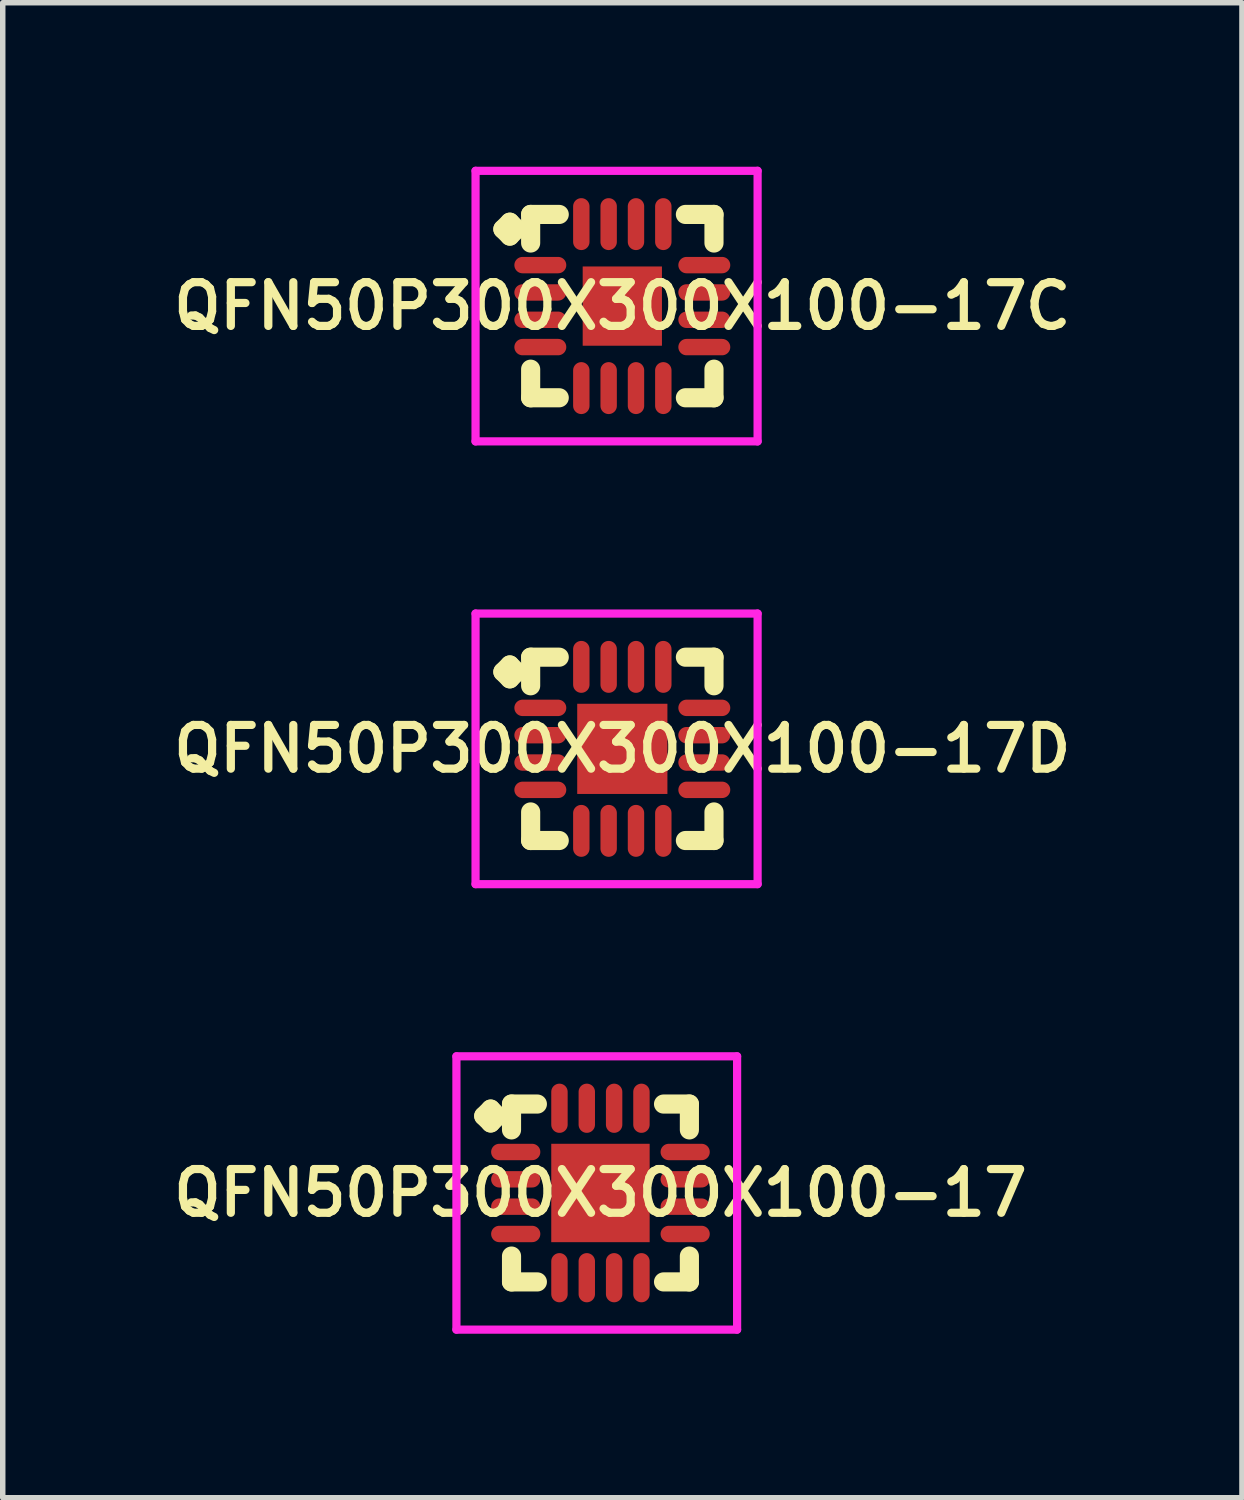
<source format=kicad_pcb>
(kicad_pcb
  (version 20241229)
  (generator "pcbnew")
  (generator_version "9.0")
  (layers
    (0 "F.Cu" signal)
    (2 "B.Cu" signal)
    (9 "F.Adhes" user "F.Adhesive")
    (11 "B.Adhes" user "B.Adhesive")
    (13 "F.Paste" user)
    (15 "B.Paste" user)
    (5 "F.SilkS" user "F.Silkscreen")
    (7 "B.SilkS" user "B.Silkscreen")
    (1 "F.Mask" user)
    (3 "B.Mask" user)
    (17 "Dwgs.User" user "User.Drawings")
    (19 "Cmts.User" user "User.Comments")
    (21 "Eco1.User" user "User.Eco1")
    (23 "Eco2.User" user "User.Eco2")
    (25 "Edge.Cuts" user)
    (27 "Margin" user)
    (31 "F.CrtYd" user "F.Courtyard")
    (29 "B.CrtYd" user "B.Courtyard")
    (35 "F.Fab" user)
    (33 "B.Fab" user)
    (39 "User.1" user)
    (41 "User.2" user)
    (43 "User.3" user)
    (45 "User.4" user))
  (footprint "QFN50P300X300X100-17"
    (layer "F.Cu")
    (at 7.935 18.775)
    (property "Reference" "QFN50P300X300X100-17" (at 0 0 0) (layer "F.SilkS") (effects (font (size 0.8 0.8) (thickness 0.15))))
    (attr smd)
    (fp_line (start -2.135 -1.408) (end -2.008 -1.535) (stroke (width 0.35) (type solid)) (layer "F.SilkS"))
    (fp_line (start -2.008 -1.535) (end -1.881 -1.408) (stroke (width 0.35) (type solid)) (layer "F.SilkS"))
    (fp_line (start -2.008 -1.281) (end -2.135 -1.408) (stroke (width 0.35) (type solid)) (layer "F.SilkS"))
    (fp_line (start -1.881 -1.408) (end -2.008 -1.281) (stroke (width 0.35) (type solid)) (layer "F.SilkS"))
    (fp_line (start -1.627 -1.627) (end -1.154 -1.627) (stroke (width 0.35) (type solid)) (layer "F.SilkS"))
    (fp_line (start -1.627 -1.154) (end -1.627 -1.627) (stroke (width 0.35) (type solid)) (layer "F.SilkS"))
    (fp_line (start -1.627 1.154) (end -1.627 1.627) (stroke (width 0.35) (type solid)) (layer "F.SilkS"))
    (fp_line (start -1.627 1.627) (end -1.154 1.627) (stroke (width 0.35) (type solid)) (layer "F.SilkS"))
    (fp_line (start 1.154 -1.627) (end 1.627 -1.627) (stroke (width 0.35) (type solid)) (layer "F.SilkS"))
    (fp_line (start 1.154 1.627) (end 1.627 1.627) (stroke (width 0.35) (type solid)) (layer "F.SilkS"))
    (fp_line (start 1.627 -1.627) (end 1.627 -1.154) (stroke (width 0.35) (type solid)) (layer "F.SilkS"))
    (fp_line (start 1.627 1.627) (end 1.627 1.154) (stroke (width 0.35) (type solid)) (layer "F.SilkS"))
    (fp_line (start -2.635 -2.5) (end 2.5 -2.5) (stroke (width 0.15) (type solid)) (layer "F.CrtYd"))
    (fp_line (start -2.635 2.5) (end -2.635 -2.5) (stroke (width 0.15) (type solid)) (layer "F.CrtYd"))
    (fp_line (start 2.5 -2.5) (end 2.5 2.5) (stroke (width 0.15) (type solid)) (layer "F.CrtYd"))
    (fp_line (start 2.5 2.5) (end -2.635 2.5) (stroke (width 0.15) (type solid)) (layer "F.CrtYd"))
    (pad "1" smd oval (at -1.55 -0.75) (size 0.9 0.3) (layers "F.Cu" "F.Mask" "F.Paste"))
    (pad "2" smd oval (at -1.55 -0.25) (size 0.9 0.3) (layers "F.Cu" "F.Mask" "F.Paste"))
    (pad "3" smd oval (at -1.55 0.25) (size 0.9 0.3) (layers "F.Cu" "F.Mask" "F.Paste"))
    (pad "4" smd oval (at -1.55 0.75) (size 0.9 0.3) (layers "F.Cu" "F.Mask" "F.Paste"))
    (pad "5" smd oval (at -0.75 1.55) (size 0.3 0.9) (layers "F.Cu" "F.Mask" "F.Paste"))
    (pad "6" smd oval (at -0.25 1.55) (size 0.3 0.9) (layers "F.Cu" "F.Mask" "F.Paste"))
    (pad "7" smd oval (at 0.25 1.55) (size 0.3 0.9) (layers "F.Cu" "F.Mask" "F.Paste"))
    (pad "8" smd oval (at 0.75 1.55) (size 0.3 0.9) (layers "F.Cu" "F.Mask" "F.Paste"))
    (pad "9" smd oval (at 1.55 0.75) (size 0.9 0.3) (layers "F.Cu" "F.Mask" "F.Paste"))
    (pad "10" smd oval (at 1.55 0.25) (size 0.9 0.3) (layers "F.Cu" "F.Mask" "F.Paste"))
    (pad "11" smd oval (at 1.55 -0.25) (size 0.9 0.3) (layers "F.Cu" "F.Mask" "F.Paste"))
    (pad "12" smd oval (at 1.55 -0.75) (size 0.9 0.3) (layers "F.Cu" "F.Mask" "F.Paste"))
    (pad "13" smd oval (at 0.75 -1.55) (size 0.3 0.9) (layers "F.Cu" "F.Mask" "F.Paste"))
    (pad "14" smd oval (at 0.25 -1.55) (size 0.3 0.9) (layers "F.Cu" "F.Mask" "F.Paste"))
    (pad "15" smd oval (at -0.25 -1.55) (size 0.3 0.9) (layers "F.Cu" "F.Mask" "F.Paste"))
    (pad "16" smd oval (at -0.75 -1.55) (size 0.3 0.9) (layers "F.Cu" "F.Mask" "F.Paste"))
    (pad "17" smd rect (at 0 0) (size 1.8 1.8) (layers "F.Cu" "F.Mask" "F.Paste")))
  (footprint "QFN50P300X300X100-17C"
    (layer "F.Cu")
    (at 8.335 2.55)
    (property "Reference" "QFN50P300X300X100-17C" (at 0 0 0) (layer "F.SilkS") (effects (font (size 0.8 0.8) (thickness 0.15))))
    (attr smd)
    (fp_line (start -2.185 -1.408) (end -2.058 -1.535) (stroke (width 0.35) (type solid)) (layer "F.SilkS"))
    (fp_line (start -2.058 -1.535) (end -1.931 -1.408) (stroke (width 0.35) (type solid)) (layer "F.SilkS"))
    (fp_line (start -2.058 -1.281) (end -2.185 -1.408) (stroke (width 0.35) (type solid)) (layer "F.SilkS"))
    (fp_line (start -1.931 -1.408) (end -2.058 -1.281) (stroke (width 0.35) (type solid)) (layer "F.SilkS"))
    (fp_line (start -1.677 -1.677) (end -1.154 -1.677) (stroke (width 0.35) (type solid)) (layer "F.SilkS"))
    (fp_line (start -1.677 -1.154) (end -1.677 -1.677) (stroke (width 0.35) (type solid)) (layer "F.SilkS"))
    (fp_line (start -1.677 1.154) (end -1.677 1.677) (stroke (width 0.35) (type solid)) (layer "F.SilkS"))
    (fp_line (start -1.677 1.677) (end -1.154 1.677) (stroke (width 0.35) (type solid)) (layer "F.SilkS"))
    (fp_line (start 1.154 -1.677) (end 1.677 -1.677) (stroke (width 0.35) (type solid)) (layer "F.SilkS"))
    (fp_line (start 1.154 1.677) (end 1.677 1.677) (stroke (width 0.35) (type solid)) (layer "F.SilkS"))
    (fp_line (start 1.677 -1.677) (end 1.677 -1.154) (stroke (width 0.35) (type solid)) (layer "F.SilkS"))
    (fp_line (start 1.677 1.677) (end 1.677 1.154) (stroke (width 0.35) (type solid)) (layer "F.SilkS"))
    (fp_line (start -2.685 -2.475) (end 2.475 -2.475) (stroke (width 0.15) (type solid)) (layer "F.CrtYd"))
    (fp_line (start -2.685 2.475) (end -2.685 -2.475) (stroke (width 0.15) (type solid)) (layer "F.CrtYd"))
    (fp_line (start 2.475 -2.475) (end 2.475 2.475) (stroke (width 0.15) (type solid)) (layer "F.CrtYd"))
    (fp_line (start 2.475 2.475) (end -2.685 2.475) (stroke (width 0.15) (type solid)) (layer "F.CrtYd"))
    (pad "1" smd oval (at -1.5 -0.75) (size 0.95 0.3) (layers "F.Cu" "F.Mask" "F.Paste"))
    (pad "2" smd oval (at -1.5 -0.25) (size 0.95 0.3) (layers "F.Cu" "F.Mask" "F.Paste"))
    (pad "3" smd oval (at -1.5 0.25) (size 0.95 0.3) (layers "F.Cu" "F.Mask" "F.Paste"))
    (pad "4" smd oval (at -1.5 0.75) (size 0.95 0.3) (layers "F.Cu" "F.Mask" "F.Paste"))
    (pad "5" smd oval (at -0.75 1.5) (size 0.3 0.95) (layers "F.Cu" "F.Mask" "F.Paste"))
    (pad "6" smd oval (at -0.25 1.5) (size 0.3 0.95) (layers "F.Cu" "F.Mask" "F.Paste"))
    (pad "7" smd oval (at 0.25 1.5) (size 0.3 0.95) (layers "F.Cu" "F.Mask" "F.Paste"))
    (pad "8" smd oval (at 0.75 1.5) (size 0.3 0.95) (layers "F.Cu" "F.Mask" "F.Paste"))
    (pad "9" smd oval (at 1.5 0.75) (size 0.95 0.3) (layers "F.Cu" "F.Mask" "F.Paste"))
    (pad "10" smd oval (at 1.5 0.25) (size 0.95 0.3) (layers "F.Cu" "F.Mask" "F.Paste"))
    (pad "11" smd oval (at 1.5 -0.25) (size 0.95 0.3) (layers "F.Cu" "F.Mask" "F.Paste"))
    (pad "12" smd oval (at 1.5 -0.75) (size 0.95 0.3) (layers "F.Cu" "F.Mask" "F.Paste"))
    (pad "13" smd oval (at 0.75 -1.5) (size 0.3 0.95) (layers "F.Cu" "F.Mask" "F.Paste"))
    (pad "14" smd oval (at 0.25 -1.5) (size 0.3 0.95) (layers "F.Cu" "F.Mask" "F.Paste"))
    (pad "15" smd oval (at -0.25 -1.5) (size 0.3 0.95) (layers "F.Cu" "F.Mask" "F.Paste"))
    (pad "16" smd oval (at -0.75 -1.5) (size 0.3 0.95) (layers "F.Cu" "F.Mask" "F.Paste"))
    (pad "17" smd rect (at 0 0) (size 1.45 1.45) (layers "F.Cu" "F.Mask" "F.Paste")))
  (footprint "QFN50P300X300X100-17D"
    (layer "F.Cu")
    (at 8.335 10.65)
    (property "Reference" "QFN50P300X300X100-17D" (at 0 0 0) (layer "F.SilkS") (effects (font (size 0.8 0.8) (thickness 0.15))))
    (attr smd)
    (fp_line (start -2.185 -1.408) (end -2.058 -1.535) (stroke (width 0.35) (type solid)) (layer "F.SilkS"))
    (fp_line (start -2.058 -1.535) (end -1.931 -1.408) (stroke (width 0.35) (type solid)) (layer "F.SilkS"))
    (fp_line (start -2.058 -1.281) (end -2.185 -1.408) (stroke (width 0.35) (type solid)) (layer "F.SilkS"))
    (fp_line (start -1.931 -1.408) (end -2.058 -1.281) (stroke (width 0.35) (type solid)) (layer "F.SilkS"))
    (fp_line (start -1.677 -1.677) (end -1.154 -1.677) (stroke (width 0.35) (type solid)) (layer "F.SilkS"))
    (fp_line (start -1.677 -1.154) (end -1.677 -1.677) (stroke (width 0.35) (type solid)) (layer "F.SilkS"))
    (fp_line (start -1.677 1.154) (end -1.677 1.677) (stroke (width 0.35) (type solid)) (layer "F.SilkS"))
    (fp_line (start -1.677 1.677) (end -1.154 1.677) (stroke (width 0.35) (type solid)) (layer "F.SilkS"))
    (fp_line (start 1.154 -1.677) (end 1.677 -1.677) (stroke (width 0.35) (type solid)) (layer "F.SilkS"))
    (fp_line (start 1.154 1.677) (end 1.677 1.677) (stroke (width 0.35) (type solid)) (layer "F.SilkS"))
    (fp_line (start 1.677 -1.677) (end 1.677 -1.154) (stroke (width 0.35) (type solid)) (layer "F.SilkS"))
    (fp_line (start 1.677 1.677) (end 1.677 1.154) (stroke (width 0.35) (type solid)) (layer "F.SilkS"))
    (fp_line (start -2.685 -2.475) (end 2.475 -2.475) (stroke (width 0.15) (type solid)) (layer "F.CrtYd"))
    (fp_line (start -2.685 2.475) (end -2.685 -2.475) (stroke (width 0.15) (type solid)) (layer "F.CrtYd"))
    (fp_line (start 2.475 -2.475) (end 2.475 2.475) (stroke (width 0.15) (type solid)) (layer "F.CrtYd"))
    (fp_line (start 2.475 2.475) (end -2.685 2.475) (stroke (width 0.15) (type solid)) (layer "F.CrtYd"))
    (pad "1" smd oval (at -1.5 -0.75) (size 0.95 0.3) (layers "F.Cu" "F.Mask" "F.Paste"))
    (pad "2" smd oval (at -1.5 -0.25) (size 0.95 0.3) (layers "F.Cu" "F.Mask" "F.Paste"))
    (pad "3" smd oval (at -1.5 0.25) (size 0.95 0.3) (layers "F.Cu" "F.Mask" "F.Paste"))
    (pad "4" smd oval (at -1.5 0.75) (size 0.95 0.3) (layers "F.Cu" "F.Mask" "F.Paste"))
    (pad "5" smd oval (at -0.75 1.5) (size 0.3 0.95) (layers "F.Cu" "F.Mask" "F.Paste"))
    (pad "6" smd oval (at -0.25 1.5) (size 0.3 0.95) (layers "F.Cu" "F.Mask" "F.Paste"))
    (pad "7" smd oval (at 0.25 1.5) (size 0.3 0.95) (layers "F.Cu" "F.Mask" "F.Paste"))
    (pad "8" smd oval (at 0.75 1.5) (size 0.3 0.95) (layers "F.Cu" "F.Mask" "F.Paste"))
    (pad "9" smd oval (at 1.5 0.75) (size 0.95 0.3) (layers "F.Cu" "F.Mask" "F.Paste"))
    (pad "10" smd oval (at 1.5 0.25) (size 0.95 0.3) (layers "F.Cu" "F.Mask" "F.Paste"))
    (pad "11" smd oval (at 1.5 -0.25) (size 0.95 0.3) (layers "F.Cu" "F.Mask" "F.Paste"))
    (pad "12" smd oval (at 1.5 -0.75) (size 0.95 0.3) (layers "F.Cu" "F.Mask" "F.Paste"))
    (pad "13" smd oval (at 0.75 -1.5) (size 0.3 0.95) (layers "F.Cu" "F.Mask" "F.Paste"))
    (pad "14" smd oval (at 0.25 -1.5) (size 0.3 0.95) (layers "F.Cu" "F.Mask" "F.Paste"))
    (pad "15" smd oval (at -0.25 -1.5) (size 0.3 0.95) (layers "F.Cu" "F.Mask" "F.Paste"))
    (pad "16" smd oval (at -0.75 -1.5) (size 0.3 0.95) (layers "F.Cu" "F.Mask" "F.Paste"))
    (pad "17" smd rect (at 0 0) (size 1.65 1.65) (layers "F.Cu" "F.Mask" "F.Paste")))
  (gr_rect
    (start -3 -3)
    (end 19.671 24.35)
    (stroke (width 0.1) (type default))
    (fill no)
    (layer "Edge.Cuts")))
</source>
